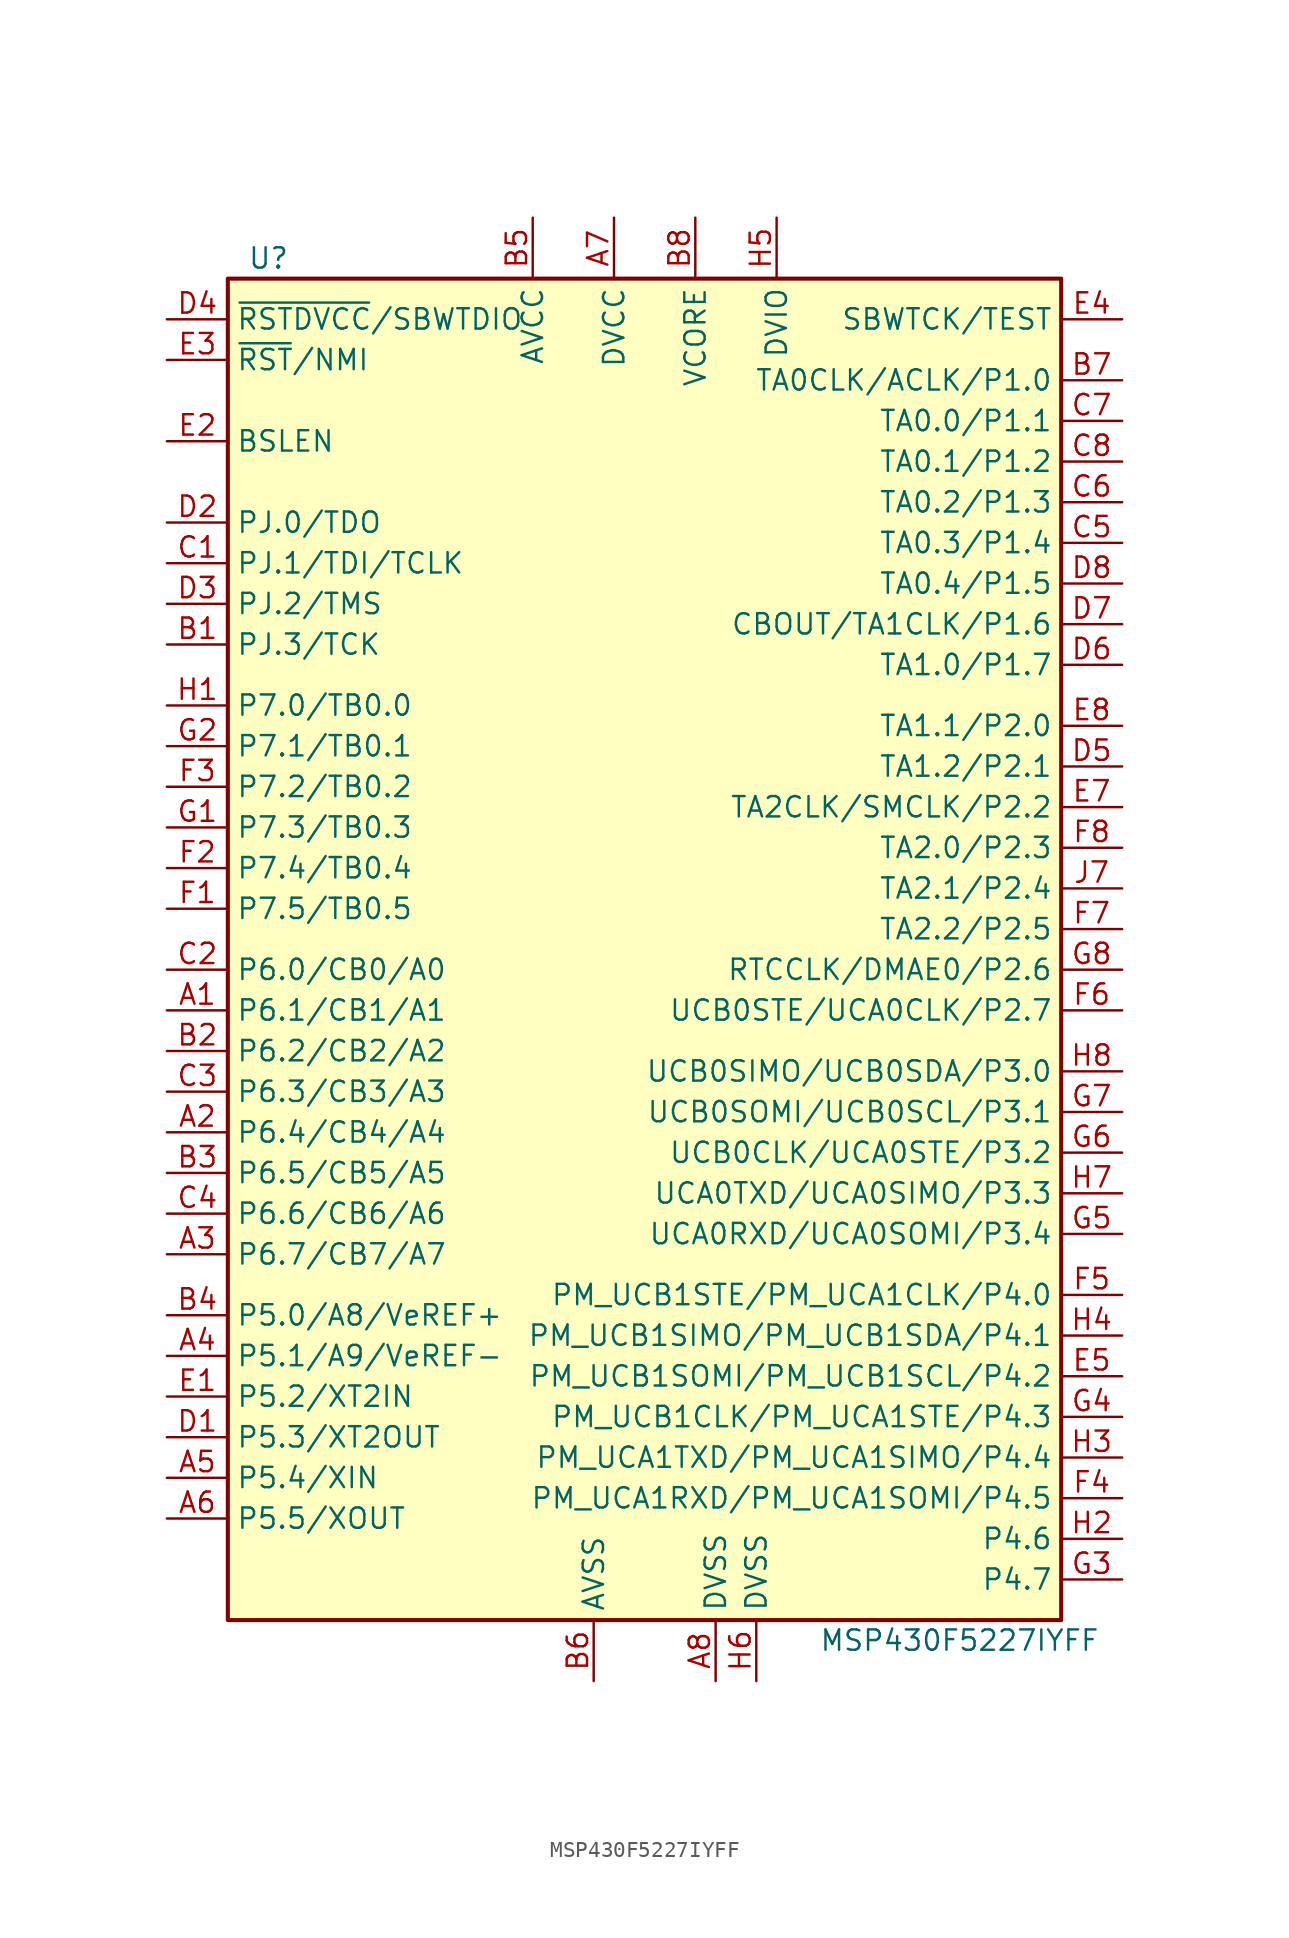
<source format=kicad_sym>
(kicad_symbol_lib
  (version 20201005)
  (generator kicad_symbol_editor)
  (symbol "MCU_Texas_MSP430:MSP430F5227IYFF"
    (property "Reference" "U"
      (at -24.13 43.18 0)
      (effects (font (size 1.27 1.27))))
    (property "Value" "MSP430F5227IYFF"
      (at 19.05 -43.18 0)
      (effects (font (size 1.27 1.27))))
    (symbol "MSP430F5227IYFF_0_1"
      (rectangle (start -26.67 41.91) (end 25.4 -41.91) (stroke (width 0.254)) (fill (type background))))
    (symbol "MSP430F5227IYFF_1_1"
      (pin bidirectional line (at -30.48 -3.81 0) (length 3.81) (name "P6.1/CB1/A1" (effects (font (size 1.27 1.27)))) (number "A1" (effects (font (size 1.27 1.27)))))
      (pin bidirectional line (at -30.48 -11.43 0) (length 3.81) (name "P6.4/CB4/A4" (effects (font (size 1.27 1.27)))) (number "A2" (effects (font (size 1.27 1.27)))))
      (pin bidirectional line (at -30.48 -19.05 0) (length 3.81) (name "P6.7/CB7/A7" (effects (font (size 1.27 1.27)))) (number "A3" (effects (font (size 1.27 1.27)))))
      (pin bidirectional line (at -30.48 -25.4 0) (length 3.81) (name "P5.1/A9/VeREF-" (effects (font (size 1.27 1.27)))) (number "A4" (effects (font (size 1.27 1.27)))))
      (pin bidirectional line (at -30.48 -33.02 0) (length 3.81) (name "P5.4/XIN" (effects (font (size 1.27 1.27)))) (number "A5" (effects (font (size 1.27 1.27)))))
      (pin bidirectional line (at -30.48 -35.56 0) (length 3.81) (name "P5.5/XOUT" (effects (font (size 1.27 1.27)))) (number "A6" (effects (font (size 1.27 1.27)))))
      (pin power_in line (at -2.54 45.72 270) (length 3.81) (name "DVCC" (effects (font (size 1.27 1.27)))) (number "A7" (effects (font (size 1.27 1.27)))))
      (pin power_in line (at 3.81 -45.72 90) (length 3.81) (name "DVSS" (effects (font (size 1.27 1.27)))) (number "A8" (effects (font (size 1.27 1.27)))))
      (pin bidirectional line (at -30.48 19.05 0) (length 3.81) (name "PJ.3/TCK" (effects (font (size 1.27 1.27)))) (number "B1" (effects (font (size 1.27 1.27)))))
      (pin bidirectional line (at -30.48 -6.35 0) (length 3.81) (name "P6.2/CB2/A2" (effects (font (size 1.27 1.27)))) (number "B2" (effects (font (size 1.27 1.27)))))
      (pin bidirectional line (at -30.48 -13.97 0) (length 3.81) (name "P6.5/CB5/A5" (effects (font (size 1.27 1.27)))) (number "B3" (effects (font (size 1.27 1.27)))))
      (pin bidirectional line (at -30.48 -22.86 0) (length 3.81) (name "P5.0/A8/VeREF+" (effects (font (size 1.27 1.27)))) (number "B4" (effects (font (size 1.27 1.27)))))
      (pin power_in line (at -7.62 45.72 270) (length 3.81) (name "AVCC" (effects (font (size 1.27 1.27)))) (number "B5" (effects (font (size 1.27 1.27)))))
      (pin power_in line (at -3.81 -45.72 90) (length 3.81) (name "AVSS" (effects (font (size 1.27 1.27)))) (number "B6" (effects (font (size 1.27 1.27)))))
      (pin bidirectional line (at 29.21 35.56 180) (length 3.81) (name "TA0CLK/ACLK/P1.0" (effects (font (size 1.27 1.27)))) (number "B7" (effects (font (size 1.27 1.27)))))
      (pin power_in line (at 2.54 45.72 270) (length 3.81) (name "VCORE" (effects (font (size 1.27 1.27)))) (number "B8" (effects (font (size 1.27 1.27)))))
      (pin bidirectional line (at -30.48 24.13 0) (length 3.81) (name "PJ.1/TDI/TCLK" (effects (font (size 1.27 1.27)))) (number "C1" (effects (font (size 1.27 1.27)))))
      (pin bidirectional line (at -30.48 -1.27 0) (length 3.81) (name "P6.0/CB0/A0" (effects (font (size 1.27 1.27)))) (number "C2" (effects (font (size 1.27 1.27)))))
      (pin bidirectional line (at -30.48 -8.89 0) (length 3.81) (name "P6.3/CB3/A3" (effects (font (size 1.27 1.27)))) (number "C3" (effects (font (size 1.27 1.27)))))
      (pin bidirectional line (at -30.48 -16.51 0) (length 3.81) (name "P6.6/CB6/A6" (effects (font (size 1.27 1.27)))) (number "C4" (effects (font (size 1.27 1.27)))))
      (pin bidirectional line (at 29.21 25.4 180) (length 3.81) (name "TA0.3/P1.4" (effects (font (size 1.27 1.27)))) (number "C5" (effects (font (size 1.27 1.27)))))
      (pin bidirectional line (at 29.21 27.94 180) (length 3.81) (name "TA0.2/P1.3" (effects (font (size 1.27 1.27)))) (number "C6" (effects (font (size 1.27 1.27)))))
      (pin bidirectional line (at 29.21 33.02 180) (length 3.81) (name "TA0.0/P1.1" (effects (font (size 1.27 1.27)))) (number "C7" (effects (font (size 1.27 1.27)))))
      (pin bidirectional line (at 29.21 30.48 180) (length 3.81) (name "TA0.1/P1.2" (effects (font (size 1.27 1.27)))) (number "C8" (effects (font (size 1.27 1.27)))))
      (pin bidirectional line (at -30.48 -30.48 0) (length 3.81) (name "P5.3/XT2OUT" (effects (font (size 1.27 1.27)))) (number "D1" (effects (font (size 1.27 1.27)))))
      (pin bidirectional line (at -30.48 26.67 0) (length 3.81) (name "PJ.0/TDO" (effects (font (size 1.27 1.27)))) (number "D2" (effects (font (size 1.27 1.27)))))
      (pin bidirectional line (at -30.48 21.59 0) (length 3.81) (name "PJ.2/TMS" (effects (font (size 1.27 1.27)))) (number "D3" (effects (font (size 1.27 1.27)))))
      (pin bidirectional line (at -30.48 39.37 0) (length 3.81) (name "~RSTDVCC~/SBWTDIO" (effects (font (size 1.27 1.27)))) (number "D4" (effects (font (size 1.27 1.27)))))
      (pin bidirectional line (at 29.21 11.43 180) (length 3.81) (name "TA1.2/P2.1" (effects (font (size 1.27 1.27)))) (number "D5" (effects (font (size 1.27 1.27)))))
      (pin bidirectional line (at 29.21 17.78 180) (length 3.81) (name "TA1.0/P1.7" (effects (font (size 1.27 1.27)))) (number "D6" (effects (font (size 1.27 1.27)))))
      (pin bidirectional line (at 29.21 20.32 180) (length 3.81) (name "CBOUT/TA1CLK/P1.6" (effects (font (size 1.27 1.27)))) (number "D7" (effects (font (size 1.27 1.27)))))
      (pin bidirectional line (at 29.21 22.86 180) (length 3.81) (name "TA0.4/P1.5" (effects (font (size 1.27 1.27)))) (number "D8" (effects (font (size 1.27 1.27)))))
      (pin bidirectional line (at -30.48 -27.94 0) (length 3.81) (name "P5.2/XT2IN" (effects (font (size 1.27 1.27)))) (number "E1" (effects (font (size 1.27 1.27)))))
      (pin bidirectional line (at -30.48 31.75 0) (length 3.81) (name "BSLEN" (effects (font (size 1.27 1.27)))) (number "E2" (effects (font (size 1.27 1.27)))))
      (pin input line (at -30.48 36.83 0) (length 3.81) (name "~RST~/NMI" (effects (font (size 1.27 1.27)))) (number "E3" (effects (font (size 1.27 1.27)))))
      (pin input line (at 29.21 39.37 180) (length 3.81) (name "SBWTCK/TEST" (effects (font (size 1.27 1.27)))) (number "E4" (effects (font (size 1.27 1.27)))))
      (pin bidirectional line (at 29.21 -26.67 180) (length 3.81) (name "PM_UCB1SOMI/PM_UCB1SCL/P4.2" (effects (font (size 1.27 1.27)))) (number "E5" (effects (font (size 1.27 1.27)))))
      (pin bidirectional line (at 29.21 8.89 180) (length 3.81) (name "TA2CLK/SMCLK/P2.2" (effects (font (size 1.27 1.27)))) (number "E7" (effects (font (size 1.27 1.27)))))
      (pin bidirectional line (at 29.21 13.97 180) (length 3.81) (name "TA1.1/P2.0" (effects (font (size 1.27 1.27)))) (number "E8" (effects (font (size 1.27 1.27)))))
      (pin bidirectional line (at -30.48 2.54 0) (length 3.81) (name "P7.5/TB0.5" (effects (font (size 1.27 1.27)))) (number "F1" (effects (font (size 1.27 1.27)))))
      (pin bidirectional line (at -30.48 5.08 0) (length 3.81) (name "P7.4/TB0.4" (effects (font (size 1.27 1.27)))) (number "F2" (effects (font (size 1.27 1.27)))))
      (pin bidirectional line (at -30.48 10.16 0) (length 3.81) (name "P7.2/TB0.2" (effects (font (size 1.27 1.27)))) (number "F3" (effects (font (size 1.27 1.27)))))
      (pin bidirectional line (at 29.21 -34.29 180) (length 3.81) (name "PM_UCA1RXD/PM_UCA1SOMI/P4.5" (effects (font (size 1.27 1.27)))) (number "F4" (effects (font (size 1.27 1.27)))))
      (pin bidirectional line (at 29.21 -21.59 180) (length 3.81) (name "PM_UCB1STE/PM_UCA1CLK/P4.0" (effects (font (size 1.27 1.27)))) (number "F5" (effects (font (size 1.27 1.27)))))
      (pin bidirectional line (at 29.21 -3.81 180) (length 3.81) (name "UCB0STE/UCA0CLK/P2.7" (effects (font (size 1.27 1.27)))) (number "F6" (effects (font (size 1.27 1.27)))))
      (pin bidirectional line (at 29.21 1.27 180) (length 3.81) (name "TA2.2/P2.5" (effects (font (size 1.27 1.27)))) (number "F7" (effects (font (size 1.27 1.27)))))
      (pin bidirectional line (at 29.21 6.35 180) (length 3.81) (name "TA2.0/P2.3" (effects (font (size 1.27 1.27)))) (number "F8" (effects (font (size 1.27 1.27)))))
      (pin bidirectional line (at -30.48 7.62 0) (length 3.81) (name "P7.3/TB0.3" (effects (font (size 1.27 1.27)))) (number "G1" (effects (font (size 1.27 1.27)))))
      (pin bidirectional line (at -30.48 12.7 0) (length 3.81) (name "P7.1/TB0.1" (effects (font (size 1.27 1.27)))) (number "G2" (effects (font (size 1.27 1.27)))))
      (pin bidirectional line (at 29.21 -39.37 180) (length 3.81) (name "P4.7" (effects (font (size 1.27 1.27)))) (number "G3" (effects (font (size 1.27 1.27)))))
      (pin bidirectional line (at 29.21 -29.21 180) (length 3.81) (name "PM_UCB1CLK/PM_UCA1STE/P4.3" (effects (font (size 1.27 1.27)))) (number "G4" (effects (font (size 1.27 1.27)))))
      (pin bidirectional line (at 29.21 -17.78 180) (length 3.81) (name "UCA0RXD/UCA0SOMI/P3.4" (effects (font (size 1.27 1.27)))) (number "G5" (effects (font (size 1.27 1.27)))))
      (pin bidirectional line (at 29.21 -12.7 180) (length 3.81) (name "UCB0CLK/UCA0STE/P3.2" (effects (font (size 1.27 1.27)))) (number "G6" (effects (font (size 1.27 1.27)))))
      (pin bidirectional line (at 29.21 -10.16 180) (length 3.81) (name "UCB0SOMI/UCB0SCL/P3.1" (effects (font (size 1.27 1.27)))) (number "G7" (effects (font (size 1.27 1.27)))))
      (pin bidirectional line (at 29.21 -1.27 180) (length 3.81) (name "RTCCLK/DMAE0/P2.6" (effects (font (size 1.27 1.27)))) (number "G8" (effects (font (size 1.27 1.27)))))
      (pin bidirectional line (at -30.48 15.24 0) (length 3.81) (name "P7.0/TB0.0" (effects (font (size 1.27 1.27)))) (number "H1" (effects (font (size 1.27 1.27)))))
      (pin bidirectional line (at 29.21 -36.83 180) (length 3.81) (name "P4.6" (effects (font (size 1.27 1.27)))) (number "H2" (effects (font (size 1.27 1.27)))))
      (pin bidirectional line (at 29.21 -31.75 180) (length 3.81) (name "PM_UCA1TXD/PM_UCA1SIMO/P4.4" (effects (font (size 1.27 1.27)))) (number "H3" (effects (font (size 1.27 1.27)))))
      (pin bidirectional line (at 29.21 -24.13 180) (length 3.81) (name "PM_UCB1SIMO/PM_UCB1SDA/P4.1" (effects (font (size 1.27 1.27)))) (number "H4" (effects (font (size 1.27 1.27)))))
      (pin power_in line (at 7.62 45.72 270) (length 3.81) (name "DVIO" (effects (font (size 1.27 1.27)))) (number "H5" (effects (font (size 1.27 1.27)))))
      (pin power_in line (at 6.35 -45.72 90) (length 3.81) (name "DVSS" (effects (font (size 1.27 1.27)))) (number "H6" (effects (font (size 1.27 1.27)))))
      (pin bidirectional line (at 29.21 -15.24 180) (length 3.81) (name "UCA0TXD/UCA0SIMO/P3.3" (effects (font (size 1.27 1.27)))) (number "H7" (effects (font (size 1.27 1.27)))))
      (pin bidirectional line (at 29.21 -7.62 180) (length 3.81) (name "UCB0SIMO/UCB0SDA/P3.0" (effects (font (size 1.27 1.27)))) (number "H8" (effects (font (size 1.27 1.27)))))
      (pin bidirectional line (at 29.21 3.81 180) (length 3.81) (name "TA2.1/P2.4" (effects (font (size 1.27 1.27)))) (number "J7" (effects (font (size 1.27 1.27))))))))
</source>
